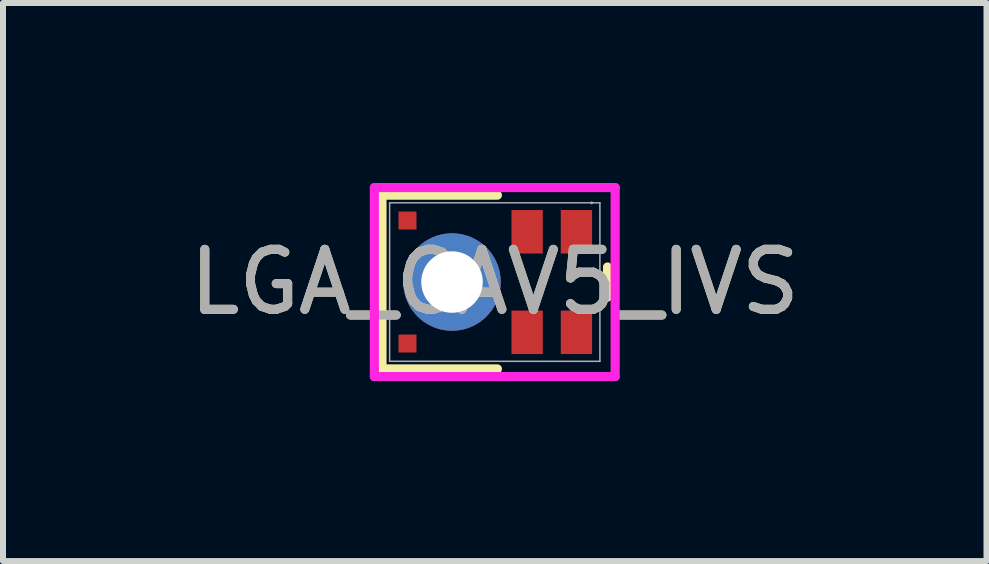
<source format=kicad_pcb>
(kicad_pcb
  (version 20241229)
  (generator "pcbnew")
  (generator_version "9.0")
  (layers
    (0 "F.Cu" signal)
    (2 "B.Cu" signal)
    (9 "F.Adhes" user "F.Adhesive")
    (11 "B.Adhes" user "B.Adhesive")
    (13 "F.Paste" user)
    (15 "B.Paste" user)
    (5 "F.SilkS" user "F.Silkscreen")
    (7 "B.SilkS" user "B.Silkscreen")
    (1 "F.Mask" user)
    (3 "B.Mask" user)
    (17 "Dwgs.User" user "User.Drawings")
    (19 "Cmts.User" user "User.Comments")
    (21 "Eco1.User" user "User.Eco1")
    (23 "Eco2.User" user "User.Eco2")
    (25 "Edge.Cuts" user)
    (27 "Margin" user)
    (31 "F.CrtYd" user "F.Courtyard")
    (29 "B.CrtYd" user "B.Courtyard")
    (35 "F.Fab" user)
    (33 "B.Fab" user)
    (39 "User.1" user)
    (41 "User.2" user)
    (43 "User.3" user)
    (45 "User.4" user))
  (footprint "LGA_CAV5_IVS"
    (layer "F.Cu")
    (at 4.484 1.651)
    (property "Reference" "LGA_CAV5_IVS" (at 0.713 0 0) (unlocked yes) (layer "F.SilkS") (effects (font (size 1 1) (thickness 0.15))))
    (attr smd)
    (fp_line (start -1.167 -1.448) (end 0.757 -1.448) (stroke (width 0.152) (type solid)) (layer "F.SilkS"))
    (fp_line (start -1.167 1.448) (end -1.167 -1.448) (stroke (width 0.152) (type solid)) (layer "F.SilkS"))
    (fp_line (start 0.757 1.448) (end -1.167 1.448) (stroke (width 0.152) (type solid)) (layer "F.SilkS"))
    (fp_line (start 2.592 -0.251) (end 2.592 0.251) (stroke (width 0.152) (type solid)) (layer "F.SilkS"))
    (fp_line (start -1.294 -1.575) (end 2.719 -1.575) (stroke (width 0.152) (type solid)) (layer "F.CrtYd"))
    (fp_line (start -1.294 1.575) (end -1.294 -1.575) (stroke (width 0.152) (type solid)) (layer "F.CrtYd"))
    (fp_line (start 2.719 -1.575) (end 2.719 1.575) (stroke (width 0.152) (type solid)) (layer "F.CrtYd"))
    (fp_line (start 2.719 1.575) (end -1.294 1.575) (stroke (width 0.152) (type solid)) (layer "F.CrtYd"))
    (fp_line (start -1.04 -1.321) (end -1.04 1.321) (stroke (width 0.025) (type solid)) (layer "F.Fab"))
    (fp_line (start -1.04 1.321) (end 2.465 1.321) (stroke (width 0.025) (type solid)) (layer "F.Fab"))
    (fp_line (start 2.465 -1.321) (end -1.04 -1.321) (stroke (width 0.025) (type solid)) (layer "F.Fab"))
    (fp_line (start 2.465 1.321) (end 2.465 -1.321) (stroke (width 0.025) (type solid)) (layer "F.Fab"))
    (fp_circle (center 2.328 -1.32) (end 2.328 -1.32) (stroke (width 0.025) (type solid)) (fill no) (layer "F.Fab"))
    (fp_text user "${REFERENCE}" (at 0.713 0 0) (unlocked yes) (layer "F.Fab") (effects (font (size 1 1) (thickness 0.15))))
    (pad "1" smd rect (at 2.074 -0.838) (size 0.522 0.725) (layers "F.Cu" "F.Mask" "F.Paste"))
    (pad "2" smd rect (at 1.252 -0.838) (size 0.522 0.725) (layers "F.Cu" "F.Mask" "F.Paste"))
    (pad "3" thru_hole circle (at 0 0) (size 1.625 1.625) (drill 1.025) (layers "*.Cu" "F.Mask"))
    (pad "4" smd rect (at -0.742 -1.025) (size 0.3 0.3) (layers "F.Cu" "F.Mask" "F.Paste"))
    (pad "5" smd rect (at -0.742 1.025) (size 0.3 0.3) (layers "F.Cu" "F.Mask" "F.Paste"))
    (pad "6" smd rect (at 1.252 0.838) (size 0.522 0.725) (layers "F.Cu" "F.Mask" "F.Paste"))
    (pad "7" smd rect (at 2.074 0.838) (size 0.522 0.725) (layers "F.Cu" "F.Mask" "F.Paste")))
  (gr_rect
    (start -3 -3)
    (end 13.393 6.302)
    (stroke (width 0.1) (type default))
    (fill no)
    (layer "Edge.Cuts")))
</source>
